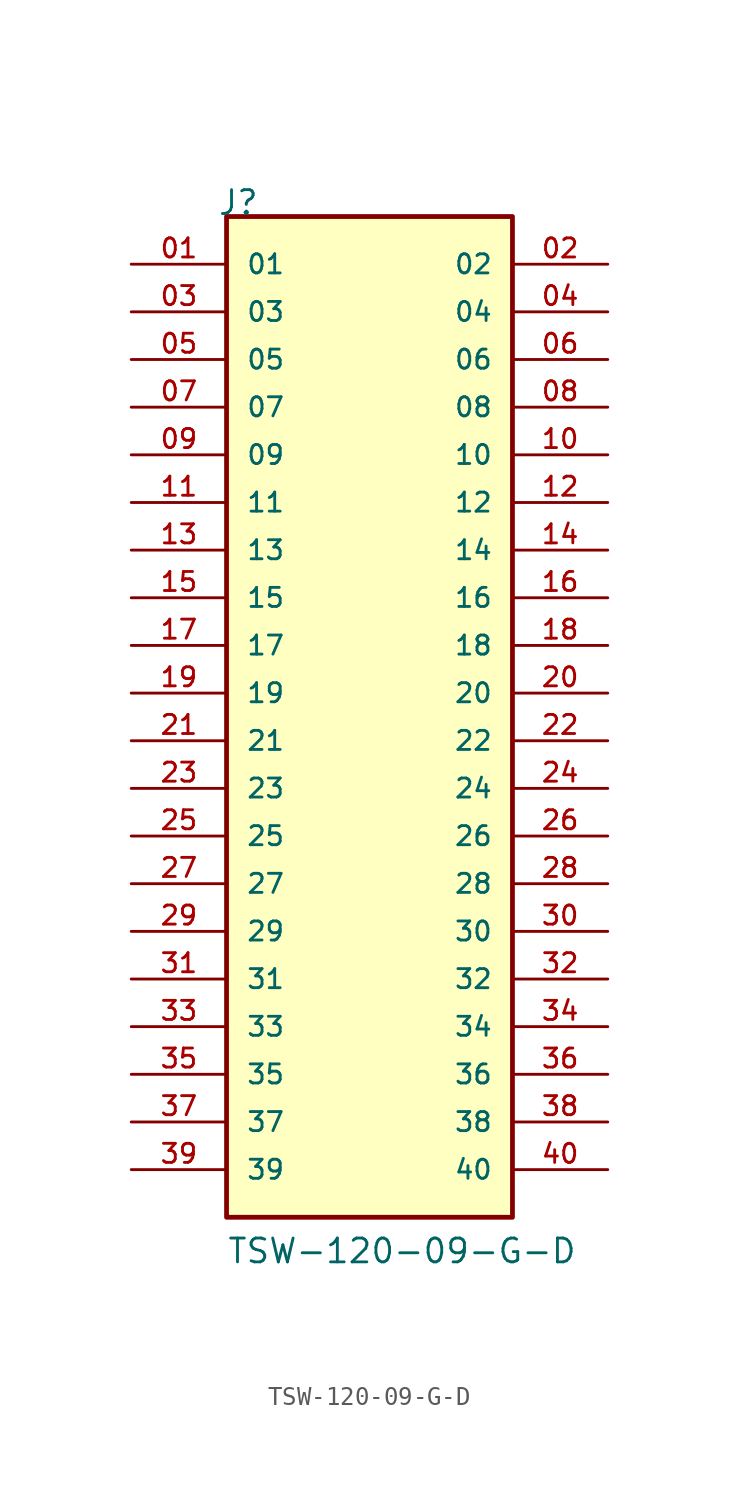
<source format=kicad_sym>
(kicad_symbol_lib
  (version 20211014)
  (generator kicad_symbol_editor)
  (symbol "TSW-120-09-G-D"
    (pin_names
      (offset 1.016))
    (property "Reference" "J"
      (at -8.12 27.94 0)
      (effects (font (size 1.27 1.27)) (justify bottom left)))
    (property "Value" "TSW-120-09-G-D"
      (at -7.62 -27.94 0)
      (effects (font (size 1.27 1.27)) (justify bottom left)))
    (symbol "TSW-120-09-G-D_0_0"
      (rectangle (start -7.62 -25.4) (end 7.62 27.94) (stroke (width 0.254)) (fill (type background)))
      (pin passive line (at -12.7 25.4 0) (length 5.08) (name "01" (effects (font (size 1.016 1.016)))) (number "01" (effects (font (size 1.016 1.016)))))
      (pin passive line (at 12.7 25.4 180.0) (length 5.08) (name "02" (effects (font (size 1.016 1.016)))) (number "02" (effects (font (size 1.016 1.016)))))
      (pin passive line (at -12.7 22.86 0) (length 5.08) (name "03" (effects (font (size 1.016 1.016)))) (number "03" (effects (font (size 1.016 1.016)))))
      (pin passive line (at 12.7 22.86 180.0) (length 5.08) (name "04" (effects (font (size 1.016 1.016)))) (number "04" (effects (font (size 1.016 1.016)))))
      (pin passive line (at -12.7 20.32 0) (length 5.08) (name "05" (effects (font (size 1.016 1.016)))) (number "05" (effects (font (size 1.016 1.016)))))
      (pin passive line (at 12.7 20.32 180.0) (length 5.08) (name "06" (effects (font (size 1.016 1.016)))) (number "06" (effects (font (size 1.016 1.016)))))
      (pin passive line (at -12.7 17.78 0) (length 5.08) (name "07" (effects (font (size 1.016 1.016)))) (number "07" (effects (font (size 1.016 1.016)))))
      (pin passive line (at 12.7 17.78 180.0) (length 5.08) (name "08" (effects (font (size 1.016 1.016)))) (number "08" (effects (font (size 1.016 1.016)))))
      (pin passive line (at -12.7 15.24 0) (length 5.08) (name "09" (effects (font (size 1.016 1.016)))) (number "09" (effects (font (size 1.016 1.016)))))
      (pin passive line (at 12.7 15.24 180.0) (length 5.08) (name "10" (effects (font (size 1.016 1.016)))) (number "10" (effects (font (size 1.016 1.016)))))
      (pin passive line (at -12.7 12.7 0) (length 5.08) (name "11" (effects (font (size 1.016 1.016)))) (number "11" (effects (font (size 1.016 1.016)))))
      (pin passive line (at 12.7 12.7 180.0) (length 5.08) (name "12" (effects (font (size 1.016 1.016)))) (number "12" (effects (font (size 1.016 1.016)))))
      (pin passive line (at -12.7 10.16 0) (length 5.08) (name "13" (effects (font (size 1.016 1.016)))) (number "13" (effects (font (size 1.016 1.016)))))
      (pin passive line (at 12.7 10.16 180.0) (length 5.08) (name "14" (effects (font (size 1.016 1.016)))) (number "14" (effects (font (size 1.016 1.016)))))
      (pin passive line (at -12.7 7.62 0) (length 5.08) (name "15" (effects (font (size 1.016 1.016)))) (number "15" (effects (font (size 1.016 1.016)))))
      (pin passive line (at 12.7 7.62 180.0) (length 5.08) (name "16" (effects (font (size 1.016 1.016)))) (number "16" (effects (font (size 1.016 1.016)))))
      (pin passive line (at -12.7 5.08 0) (length 5.08) (name "17" (effects (font (size 1.016 1.016)))) (number "17" (effects (font (size 1.016 1.016)))))
      (pin passive line (at 12.7 5.08 180.0) (length 5.08) (name "18" (effects (font (size 1.016 1.016)))) (number "18" (effects (font (size 1.016 1.016)))))
      (pin passive line (at -12.7 2.54 0) (length 5.08) (name "19" (effects (font (size 1.016 1.016)))) (number "19" (effects (font (size 1.016 1.016)))))
      (pin passive line (at 12.7 2.54 180.0) (length 5.08) (name "20" (effects (font (size 1.016 1.016)))) (number "20" (effects (font (size 1.016 1.016)))))
      (pin passive line (at -12.7 0.0 0) (length 5.08) (name "21" (effects (font (size 1.016 1.016)))) (number "21" (effects (font (size 1.016 1.016)))))
      (pin passive line (at 12.7 0.0 180.0) (length 5.08) (name "22" (effects (font (size 1.016 1.016)))) (number "22" (effects (font (size 1.016 1.016)))))
      (pin passive line (at -12.7 -2.54 0) (length 5.08) (name "23" (effects (font (size 1.016 1.016)))) (number "23" (effects (font (size 1.016 1.016)))))
      (pin passive line (at 12.7 -2.54 180.0) (length 5.08) (name "24" (effects (font (size 1.016 1.016)))) (number "24" (effects (font (size 1.016 1.016)))))
      (pin passive line (at -12.7 -5.08 0) (length 5.08) (name "25" (effects (font (size 1.016 1.016)))) (number "25" (effects (font (size 1.016 1.016)))))
      (pin passive line (at 12.7 -5.08 180.0) (length 5.08) (name "26" (effects (font (size 1.016 1.016)))) (number "26" (effects (font (size 1.016 1.016)))))
      (pin passive line (at -12.7 -7.62 0) (length 5.08) (name "27" (effects (font (size 1.016 1.016)))) (number "27" (effects (font (size 1.016 1.016)))))
      (pin passive line (at 12.7 -7.62 180.0) (length 5.08) (name "28" (effects (font (size 1.016 1.016)))) (number "28" (effects (font (size 1.016 1.016)))))
      (pin passive line (at -12.7 -10.16 0) (length 5.08) (name "29" (effects (font (size 1.016 1.016)))) (number "29" (effects (font (size 1.016 1.016)))))
      (pin passive line (at 12.7 -10.16 180.0) (length 5.08) (name "30" (effects (font (size 1.016 1.016)))) (number "30" (effects (font (size 1.016 1.016)))))
      (pin passive line (at -12.7 -12.7 0) (length 5.08) (name "31" (effects (font (size 1.016 1.016)))) (number "31" (effects (font (size 1.016 1.016)))))
      (pin passive line (at 12.7 -12.7 180.0) (length 5.08) (name "32" (effects (font (size 1.016 1.016)))) (number "32" (effects (font (size 1.016 1.016)))))
      (pin passive line (at -12.7 -15.24 0) (length 5.08) (name "33" (effects (font (size 1.016 1.016)))) (number "33" (effects (font (size 1.016 1.016)))))
      (pin passive line (at 12.7 -15.24 180.0) (length 5.08) (name "34" (effects (font (size 1.016 1.016)))) (number "34" (effects (font (size 1.016 1.016)))))
      (pin passive line (at -12.7 -17.78 0) (length 5.08) (name "35" (effects (font (size 1.016 1.016)))) (number "35" (effects (font (size 1.016 1.016)))))
      (pin passive line (at 12.7 -17.78 180.0) (length 5.08) (name "36" (effects (font (size 1.016 1.016)))) (number "36" (effects (font (size 1.016 1.016)))))
      (pin passive line (at -12.7 -20.32 0) (length 5.08) (name "37" (effects (font (size 1.016 1.016)))) (number "37" (effects (font (size 1.016 1.016)))))
      (pin passive line (at 12.7 -20.32 180.0) (length 5.08) (name "38" (effects (font (size 1.016 1.016)))) (number "38" (effects (font (size 1.016 1.016)))))
      (pin passive line (at -12.7 -22.86 0) (length 5.08) (name "39" (effects (font (size 1.016 1.016)))) (number "39" (effects (font (size 1.016 1.016)))))
      (pin passive line (at 12.7 -22.86 180.0) (length 5.08) (name "40" (effects (font (size 1.016 1.016)))) (number "40" (effects (font (size 1.016 1.016))))))))
</source>
